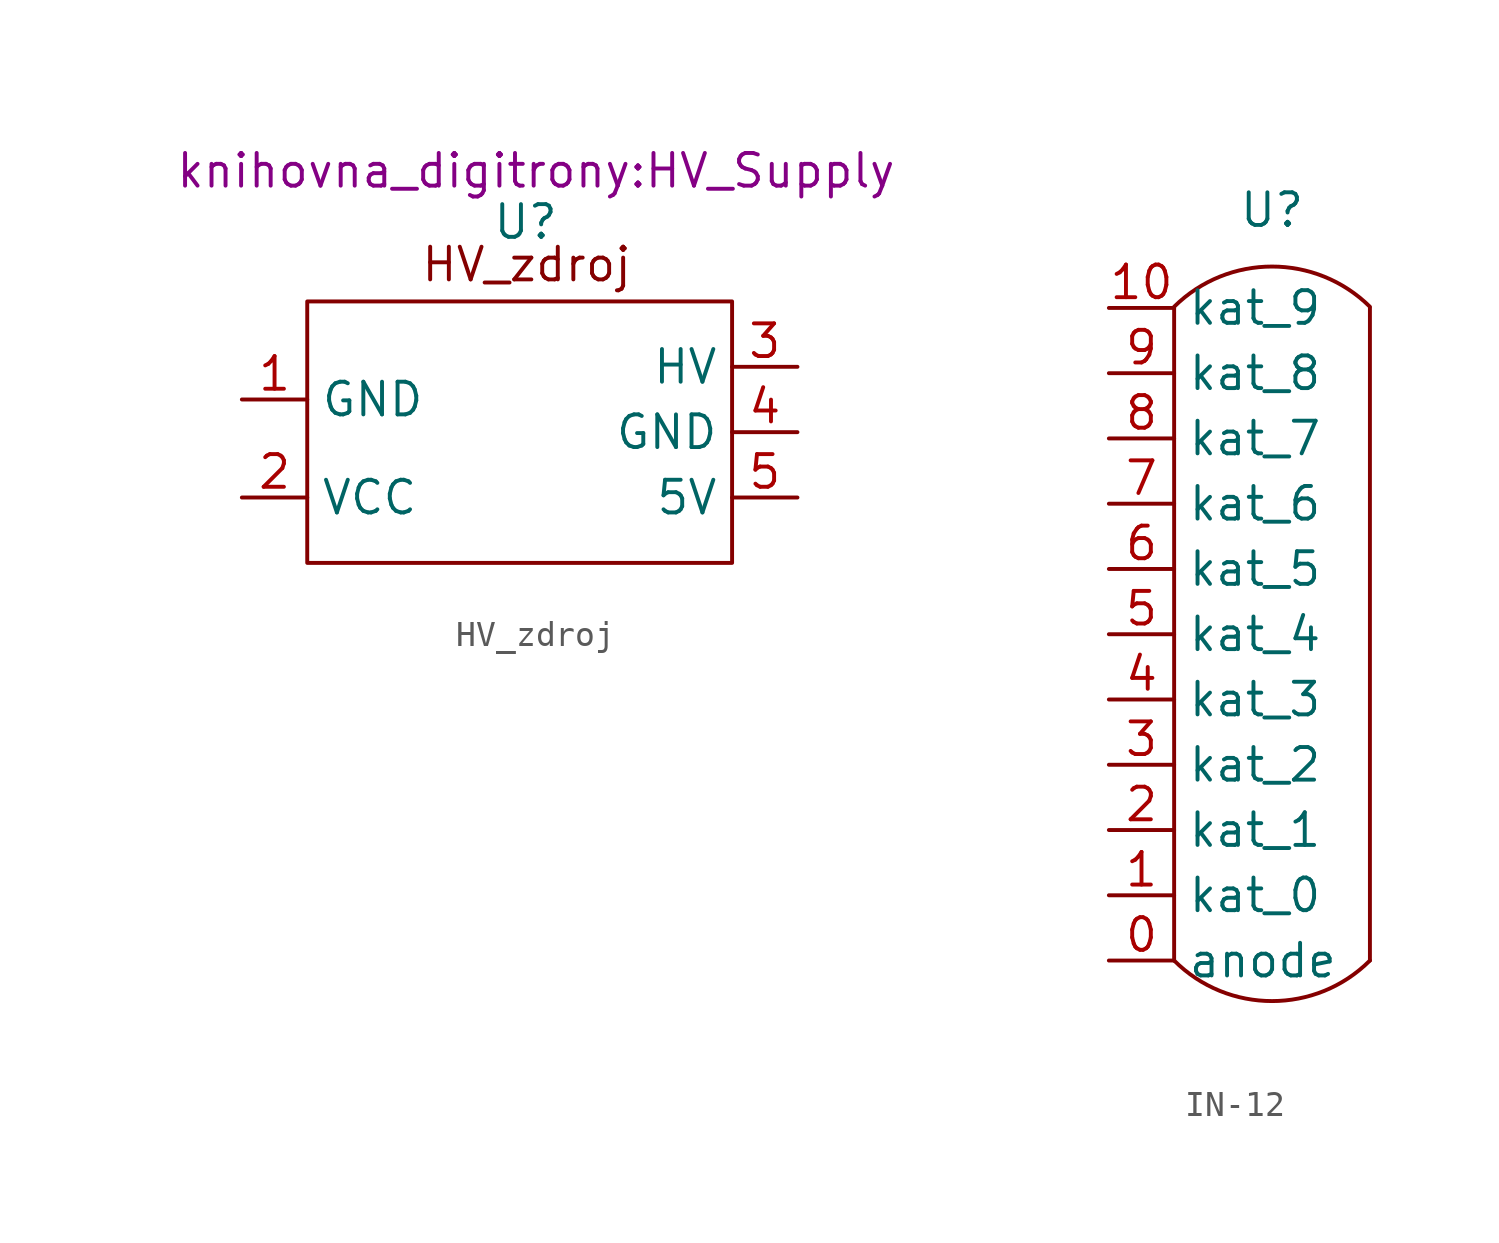
<source format=kicad_sym>
(kicad_symbol_lib
  (version 20220914)
  (generator kicad_symbol_editor)
  (symbol "HV_zdroj"
    (property "Reference" "U"
      (at 8.486 13.251 0)
      (effects (font (size 1.27 1.27))))
    (property "Value" ""
      (at 0 0 0)
      (effects (font (size 1.27 1.27))))
    (property "Footprint" "knihovna_digitrony:HV_Supply"
      (at 8.89 15.24 0)
      (effects (font (size 1.27 1.27))))
    (symbol "HV_zdroj_0_1"
      (rectangle (start 0 10.16) (end 16.51 0) (stroke (width 0) (type default)) (fill (type none))))
    (symbol "HV_zdroj_1_1"
      (text "HV_zdroj" (at 8.527 11.596 0) (effects (font (size 1.27 1.27))))
      (pin input line (at -2.54 6.35 0) (length 2.54) (name "GND" (effects (font (size 1.27 1.27)))) (number "1" (effects (font (size 1.27 1.27)))))
      (pin bidirectional line (at -2.54 2.54 0) (length 2.54) (name "VCC" (effects (font (size 1.27 1.27)))) (number "2" (effects (font (size 1.27 1.27)))))
      (pin output line (at 19.05 7.62 180) (length 2.54) (name "HV" (effects (font (size 1.27 1.27)))) (number "3" (effects (font (size 1.27 1.27)))))
      (pin bidirectional line (at 19.05 5.08 180) (length 2.54) (name "GND" (effects (font (size 1.27 1.27)))) (number "4" (effects (font (size 1.27 1.27)))))
      (pin output line (at 19.05 2.54 180) (length 2.54) (name "5V" (effects (font (size 1.27 1.27)))) (number "5" (effects (font (size 1.27 1.27)))))))
  (symbol "IN-12"
    (property "Reference" "U"
      (at 0 21.59 0)
      (effects (font (size 1.27 1.27))))
    (property "Value" ""
      (at 0 0 0)
      (effects (font (size 1.27 1.27))))
    (symbol "IN-12_0_1"
      (arc (start -3.81 -7.6201) (mid 0 -9.198) (end 3.81 -7.62) (stroke (width 0) (type default)) (fill (type none)))
      (polyline (pts (xy -3.81 17.78) (xy -3.81 -7.62)) (stroke (width 0) (type default)) (fill (type none)))
      (polyline (pts (xy 3.81 -7.62) (xy 3.81 17.78)) (stroke (width 0) (type default)) (fill (type none)))
      (arc (start 3.81 17.8257) (mid 0 19.3906) (end -3.81 17.8257) (stroke (width 0) (type default)) (fill (type none))))
    (symbol "IN-12_1_1"
      (pin input line (at -6.35 -7.62 0) (length 2.54) (name "anode" (effects (font (size 1.27 1.27)))) (number "0" (effects (font (size 1.27 1.27)))))
      (pin input line (at -6.35 -5.08 0) (length 2.54) (name "kat_0" (effects (font (size 1.27 1.27)))) (number "1" (effects (font (size 1.27 1.27)))))
      (pin input line (at -6.35 17.78 0) (length 2.54) (name "kat_9" (effects (font (size 1.27 1.27)))) (number "10" (effects (font (size 1.27 1.27)))))
      (pin input line (at -6.35 -2.54 0) (length 2.54) (name "kat_1" (effects (font (size 1.27 1.27)))) (number "2" (effects (font (size 1.27 1.27)))))
      (pin input line (at -6.35 0 0) (length 2.54) (name "kat_2" (effects (font (size 1.27 1.27)))) (number "3" (effects (font (size 1.27 1.27)))))
      (pin input line (at -6.35 2.54 0) (length 2.54) (name "kat_3" (effects (font (size 1.27 1.27)))) (number "4" (effects (font (size 1.27 1.27)))))
      (pin input line (at -6.35 5.08 0) (length 2.54) (name "kat_4" (effects (font (size 1.27 1.27)))) (number "5" (effects (font (size 1.27 1.27)))))
      (pin input line (at -6.35 7.62 0) (length 2.54) (name "kat_5" (effects (font (size 1.27 1.27)))) (number "6" (effects (font (size 1.27 1.27)))))
      (pin input line (at -6.35 10.16 0) (length 2.54) (name "kat_6" (effects (font (size 1.27 1.27)))) (number "7" (effects (font (size 1.27 1.27)))))
      (pin input line (at -6.35 12.7 0) (length 2.54) (name "kat_7" (effects (font (size 1.27 1.27)))) (number "8" (effects (font (size 1.27 1.27)))))
      (pin input line (at -6.35 15.24 0) (length 2.54) (name "kat_8" (effects (font (size 1.27 1.27)))) (number "9" (effects (font (size 1.27 1.27))))))))
</source>
